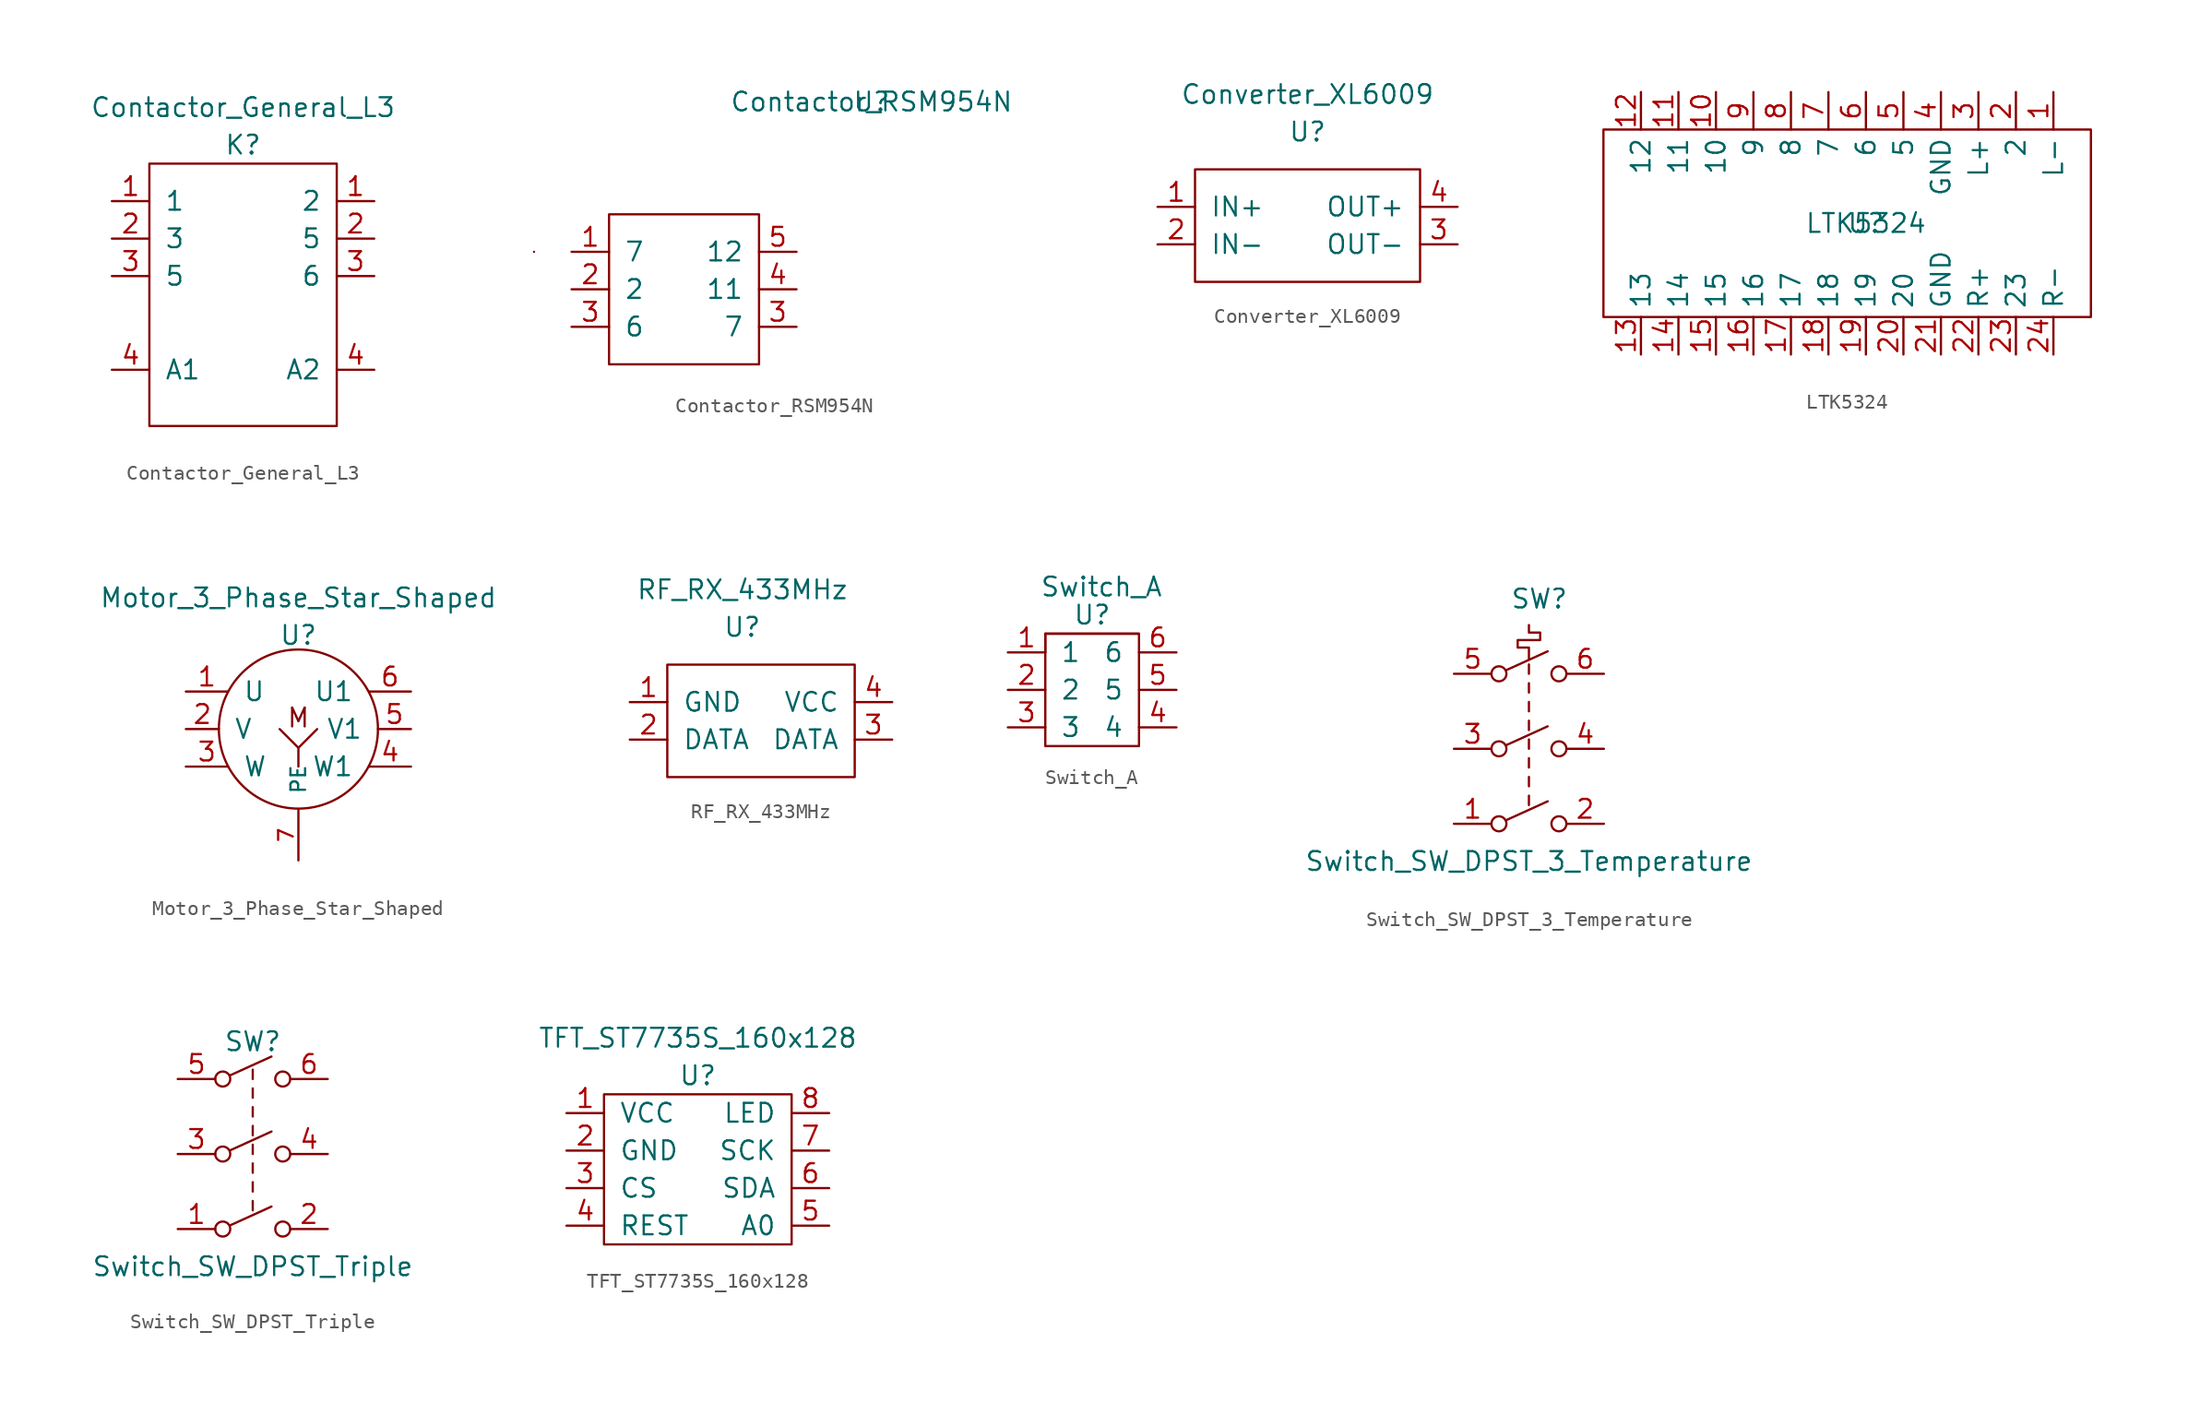
<source format=kicad_sym>
(kicad_symbol_lib
  (version 20211014)
  (generator kicad_symbol_editor)
  (symbol "Contactor_General_L3"
    (pin_names
      (offset 1.016))
    (property "Reference" "K"
      (at 0 10.16 0)
      (effects (font (size 1.27 1.27))))
    (property "Value" "Contactor_General_L3"
      (at 0 12.7 0)
      (effects (font (size 1.27 1.27))))
    (symbol "Contactor_General_L3_0_0"
      (rectangle (start -6.35 -8.89) (end 6.35 8.89) (stroke (width 0) (type default) (color 0 0 0 0)) (fill (type none))))
    (symbol "Contactor_General_L3_1_1"
      (pin bidirectional line (at -8.89 6.35 0) (length 2.54) (name "1" (effects (font (size 1.27 1.27)))) (number "1" (effects (font (size 1.27 1.27)))))
      (pin bidirectional line (at 8.89 6.35 180) (length 2.54) (name "2" (effects (font (size 1.27 1.27)))) (number "1" (effects (font (size 1.27 1.27)))))
      (pin bidirectional line (at -8.89 3.81 0) (length 2.54) (name "3" (effects (font (size 1.27 1.27)))) (number "2" (effects (font (size 1.27 1.27)))))
      (pin bidirectional line (at 8.89 3.81 180) (length 2.54) (name "5" (effects (font (size 1.27 1.27)))) (number "2" (effects (font (size 1.27 1.27)))))
      (pin bidirectional line (at -8.89 1.27 0) (length 2.54) (name "5" (effects (font (size 1.27 1.27)))) (number "3" (effects (font (size 1.27 1.27)))))
      (pin bidirectional line (at 8.89 1.27 180) (length 2.54) (name "6" (effects (font (size 1.27 1.27)))) (number "3" (effects (font (size 1.27 1.27)))))
      (pin bidirectional line (at -8.89 -5.08 0) (length 2.54) (name "A1" (effects (font (size 1.27 1.27)))) (number "4" (effects (font (size 1.27 1.27)))))
      (pin bidirectional line (at 8.89 -5.08 180) (length 2.54) (name "A2" (effects (font (size 1.27 1.27)))) (number "4" (effects (font (size 1.27 1.27)))))))
  (symbol "Contactor_RSM954N"
    (pin_names
      (offset 1.016))
    (property "Reference" "U"
      (at 12.7 12.7 0)
      (effects (font (size 1.27 1.27))))
    (property "Value" "Contactor_RSM954N"
      (at 12.7 12.7 0)
      (effects (font (size 1.27 1.27))))
    (symbol "Contactor_RSM954N_0_1"
      (rectangle (start -10.16 2.54) (end -10.16 2.54) (stroke (width 0) (type default) (color 0 0 0 0)) (fill (type none)))
      (rectangle (start -5.08 5.08) (end 5.08 -5.08) (stroke (width 0) (type default) (color 0 0 0 0)) (fill (type none))))
    (symbol "Contactor_RSM954N_1_1"
      (pin input line (at -7.62 2.54 0) (length 2.54) (name "7" (effects (font (size 1.27 1.27)))) (number "1" (effects (font (size 1.27 1.27)))))
      (pin input line (at -7.62 0 0) (length 2.54) (name "2" (effects (font (size 1.27 1.27)))) (number "2" (effects (font (size 1.27 1.27)))))
      (pin input line (at -7.62 -2.54 0) (length 2.54) (name "6" (effects (font (size 1.27 1.27)))) (number "3" (effects (font (size 1.27 1.27)))))
      (pin input line (at 7.62 -2.54 180) (length 2.54) (name "7" (effects (font (size 1.27 1.27)))) (number "3" (effects (font (size 1.27 1.27)))))
      (pin input line (at 7.62 0 180) (length 2.54) (name "11" (effects (font (size 1.27 1.27)))) (number "4" (effects (font (size 1.27 1.27)))))
      (pin input line (at 7.62 2.54 180) (length 2.54) (name "12" (effects (font (size 1.27 1.27)))) (number "5" (effects (font (size 1.27 1.27)))))))
  (symbol "Converter_XL6009"
    (pin_names
      (offset 1.016))
    (property "Reference" "U"
      (at 0 7.62 0)
      (effects (font (size 1.27 1.27))))
    (property "Value" "Converter_XL6009"
      (at 0 10.16 0)
      (effects (font (size 1.27 1.27))))
    (symbol "Converter_XL6009_0_1"
      (rectangle (start -7.62 5.08) (end 7.62 -2.54) (stroke (width 0) (type default) (color 0 0 0 0)) (fill (type none))))
    (symbol "Converter_XL6009_1_1"
      (pin input line (at -10.16 2.54 0) (length 2.54) (name "IN+" (effects (font (size 1.27 1.27)))) (number "1" (effects (font (size 1.27 1.27)))))
      (pin input line (at -10.16 0 0) (length 2.54) (name "IN-" (effects (font (size 1.27 1.27)))) (number "2" (effects (font (size 1.27 1.27)))))
      (pin input line (at 10.16 0 180) (length 2.54) (name "OUT-" (effects (font (size 1.27 1.27)))) (number "3" (effects (font (size 1.27 1.27)))))
      (pin input line (at 10.16 2.54 180) (length 2.54) (name "OUT+" (effects (font (size 1.27 1.27)))) (number "4" (effects (font (size 1.27 1.27)))))))
  (symbol "LTK5324"
    (property "Reference" "U"
      (at 2.54 0 0)
      (effects (font (size 1.27 1.27))))
    (property "Value" "LTK5324"
      (at 2.54 0 0)
      (effects (font (size 1.27 1.27))))
    (symbol "LTK5324_0_1"
      (polyline (pts (xy -15.24 6.35) (xy -15.24 -6.35) (xy 17.78 -6.35) (xy 17.78 6.35) (xy -15.24 6.35)) (stroke (width 0.152) (type default) (color 0 0 0 0)) (fill (type none))))
    (symbol "LTK5324_1_1"
      (pin input line (at 15.24 8.89 270) (length 2.54) (name "L-" (effects (font (size 1.27 1.27)))) (number "1" (effects (font (size 1.27 1.27)))))
      (pin input line (at -7.62 8.89 270) (length 2.54) (name "10" (effects (font (size 1.27 1.27)))) (number "10" (effects (font (size 1.27 1.27)))))
      (pin input line (at -10.16 8.89 270) (length 2.54) (name "11" (effects (font (size 1.27 1.27)))) (number "11" (effects (font (size 1.27 1.27)))))
      (pin input line (at -12.7 8.89 270) (length 2.54) (name "12" (effects (font (size 1.27 1.27)))) (number "12" (effects (font (size 1.27 1.27)))))
      (pin input line (at -12.7 -8.89 90) (length 2.54) (name "13" (effects (font (size 1.27 1.27)))) (number "13" (effects (font (size 1.27 1.27)))))
      (pin input line (at -10.16 -8.89 90) (length 2.54) (name "14" (effects (font (size 1.27 1.27)))) (number "14" (effects (font (size 1.27 1.27)))))
      (pin input line (at -7.62 -8.89 90) (length 2.54) (name "15" (effects (font (size 1.27 1.27)))) (number "15" (effects (font (size 1.27 1.27)))))
      (pin input line (at -5.08 -8.89 90) (length 2.54) (name "16" (effects (font (size 1.27 1.27)))) (number "16" (effects (font (size 1.27 1.27)))))
      (pin input line (at -2.54 -8.89 90) (length 2.54) (name "17" (effects (font (size 1.27 1.27)))) (number "17" (effects (font (size 1.27 1.27)))))
      (pin input line (at 0 -8.89 90) (length 2.54) (name "18" (effects (font (size 1.27 1.27)))) (number "18" (effects (font (size 1.27 1.27)))))
      (pin input line (at 2.54 -8.89 90) (length 2.54) (name "19" (effects (font (size 1.27 1.27)))) (number "19" (effects (font (size 1.27 1.27)))))
      (pin input line (at 12.7 8.89 270) (length 2.54) (name "2" (effects (font (size 1.27 1.27)))) (number "2" (effects (font (size 1.27 1.27)))))
      (pin input line (at 5.08 -8.89 90) (length 2.54) (name "20" (effects (font (size 1.27 1.27)))) (number "20" (effects (font (size 1.27 1.27)))))
      (pin input line (at 7.62 -8.89 90) (length 2.54) (name "GND" (effects (font (size 1.27 1.27)))) (number "21" (effects (font (size 1.27 1.27)))))
      (pin input line (at 10.16 -8.89 90) (length 2.54) (name "R+" (effects (font (size 1.27 1.27)))) (number "22" (effects (font (size 1.27 1.27)))))
      (pin input line (at 12.7 -8.89 90) (length 2.54) (name "23" (effects (font (size 1.27 1.27)))) (number "23" (effects (font (size 1.27 1.27)))))
      (pin input line (at 15.24 -8.89 90) (length 2.54) (name "R-" (effects (font (size 1.27 1.27)))) (number "24" (effects (font (size 1.27 1.27)))))
      (pin input line (at 10.16 8.89 270) (length 2.54) (name "L+" (effects (font (size 1.27 1.27)))) (number "3" (effects (font (size 1.27 1.27)))))
      (pin input line (at 7.62 8.89 270) (length 2.54) (name "GND" (effects (font (size 1.27 1.27)))) (number "4" (effects (font (size 1.27 1.27)))))
      (pin input line (at 5.08 8.89 270) (length 2.54) (name "5" (effects (font (size 1.27 1.27)))) (number "5" (effects (font (size 1.27 1.27)))))
      (pin input line (at 2.54 8.89 270) (length 2.54) (name "6" (effects (font (size 1.27 1.27)))) (number "6" (effects (font (size 1.27 1.27)))))
      (pin input line (at 0 8.89 270) (length 2.54) (name "7" (effects (font (size 1.27 1.27)))) (number "7" (effects (font (size 1.27 1.27)))))
      (pin input line (at -2.54 8.89 270) (length 2.54) (name "8" (effects (font (size 1.27 1.27)))) (number "8" (effects (font (size 1.27 1.27)))))
      (pin input line (at -5.08 8.89 270) (length 2.54) (name "9" (effects (font (size 1.27 1.27)))) (number "9" (effects (font (size 1.27 1.27)))))))
  (symbol "Motor_3_Phase_Star_Shaped"
    (pin_names
      (offset 1.016))
    (property "Reference" "U"
      (at 0 6.35 0)
      (effects (font (size 1.27 1.27))))
    (property "Value" "Motor_3_Phase_Star_Shaped"
      (at 0 8.89 0)
      (effects (font (size 1.27 1.27))))
    (symbol "Motor_3_Phase_Star_Shaped_0_0"
      (circle (center 0 0) (radius 5.385) (stroke (width 0) (type default) (color 0 0 0 0)) (fill (type none)))
      (text "M" (at 0 0.762 0) (effects (font (size 1.27 1.27))))
      (text "~" (at 1.016 0.762 0) (effects (font (size 1.27 1.27)))))
    (symbol "Motor_3_Phase_Star_Shaped_0_1"
      (polyline (pts (xy -1.27 0) (xy 0 -1.27) (xy 1.27 0) (xy 0 -1.27) (xy 0 -2.54)) (stroke (width 0) (type default) (color 0 0 0 0)) (fill (type none))))
    (symbol "Motor_3_Phase_Star_Shaped_1_1"
      (pin input line (at -7.62 2.54 0) (length 2.845) (name "U" (effects (font (size 1.27 1.27)))) (number "1" (effects (font (size 1.27 1.27)))))
      (pin input line (at -7.62 0 0) (length 2.235) (name "V" (effects (font (size 1.27 1.27)))) (number "2" (effects (font (size 1.27 1.27)))))
      (pin input line (at -7.62 -2.54 0) (length 2.845) (name "W" (effects (font (size 1.27 1.27)))) (number "3" (effects (font (size 1.27 1.27)))))
      (pin output line (at 7.62 -2.54 180) (length 2.845) (name "W1" (effects (font (size 1.27 1.27)))) (number "4" (effects (font (size 1.27 1.27)))))
      (pin input line (at 7.62 0 180) (length 2.235) (name "V1" (effects (font (size 1.27 1.27)))) (number "5" (effects (font (size 1.27 1.27)))))
      (pin output line (at 7.62 2.54 180) (length 2.845) (name "U1" (effects (font (size 1.27 1.27)))) (number "6" (effects (font (size 1.27 1.27)))))
      (pin bidirectional line (at 0 -8.89 90) (length 3.429) (name "PE" (effects (font (size 0.991 0.991)))) (number "7" (effects (font (size 0.991 0.991)))))))
  (symbol "RF_RX_433MHz"
    (pin_names
      (offset 1.016))
    (property "Reference" "U"
      (at 0 5.08 0)
      (effects (font (size 1.27 1.27))))
    (property "Value" "RF_RX_433MHz"
      (at 0 7.62 0)
      (effects (font (size 1.27 1.27))))
    (symbol "RF_RX_433MHz_0_1"
      (rectangle (start -5.08 2.54) (end 7.62 -5.08) (stroke (width 0) (type default) (color 0 0 0 0)) (fill (type none))))
    (symbol "RF_RX_433MHz_1_1"
      (pin input line (at -7.62 0 0) (length 2.54) (name "GND" (effects (font (size 1.27 1.27)))) (number "1" (effects (font (size 1.27 1.27)))))
      (pin input line (at -7.62 -2.54 0) (length 2.54) (name "DATA" (effects (font (size 1.27 1.27)))) (number "2" (effects (font (size 1.27 1.27)))))
      (pin input line (at 10.16 -2.54 180) (length 2.54) (name "DATA" (effects (font (size 1.27 1.27)))) (number "3" (effects (font (size 1.27 1.27)))))
      (pin input line (at 10.16 0 180) (length 2.54) (name "VCC" (effects (font (size 1.27 1.27)))) (number "4" (effects (font (size 1.27 1.27)))))))
  (symbol "Switch_A"
    (pin_names
      (offset 1.016))
    (property "Reference" "U"
      (at 0 2.54 0)
      (effects (font (size 1.27 1.27))))
    (property "Value" "Switch_A"
      (at 0.635 4.445 0)
      (effects (font (size 1.27 1.27))))
    (symbol "Switch_A_0_1"
      (rectangle (start -3.175 0) (end -3.175 1.27) (stroke (width 0) (type default) (color 0 0 0 0)) (fill (type none)))
      (rectangle (start -3.175 1.27) (end 3.175 1.27) (stroke (width 0) (type default) (color 0 0 0 0)) (fill (type none)))
      (rectangle (start 3.175 1.27) (end -3.175 -6.35) (stroke (width 0) (type default) (color 0 0 0 0)) (fill (type none))))
    (symbol "Switch_A_1_1"
      (pin input line (at -5.715 0 0) (length 2.54) (name "1" (effects (font (size 1.27 1.27)))) (number "1" (effects (font (size 1.27 1.27)))))
      (pin input line (at -5.715 -2.54 0) (length 2.54) (name "2" (effects (font (size 1.27 1.27)))) (number "2" (effects (font (size 1.27 1.27)))))
      (pin input line (at -5.715 -5.08 0) (length 2.54) (name "3" (effects (font (size 1.27 1.27)))) (number "3" (effects (font (size 1.27 1.27)))))
      (pin input line (at 5.715 -5.08 180) (length 2.54) (name "4" (effects (font (size 1.27 1.27)))) (number "4" (effects (font (size 1.27 1.27)))))
      (pin input line (at 5.715 -2.54 180) (length 2.54) (name "5" (effects (font (size 1.27 1.27)))) (number "5" (effects (font (size 1.27 1.27)))))
      (pin input line (at 5.715 0 180) (length 2.54) (name "6" (effects (font (size 1.27 1.27)))) (number "6" (effects (font (size 1.27 1.27)))))))
  (symbol "Switch_SW_DPST_3_Temperature"
    (pin_names
      (offset 0) hide)
    (property "Reference" "SW"
      (at -1.27 12.7 0)
      (effects (font (size 1.27 1.27)) (justify left)))
    (property "Value" "Switch_SW_DPST_3_Temperature"
      (at 0 -5.08 0)
      (effects (font (size 1.27 1.27))))
    (symbol "Switch_SW_DPST_3_Temperature_0_0"
      (circle (center -2.032 -2.54) (radius 0.508) (stroke (width 0) (type default) (color 0 0 0 0)) (fill (type none)))
      (circle (center -2.032 2.54) (radius 0.508) (stroke (width 0) (type default) (color 0 0 0 0)) (fill (type none)))
      (polyline (pts (xy -1.524 -2.286) (xy 1.27 -1.016)) (stroke (width 0) (type default) (color 0 0 0 0)) (fill (type none)))
      (polyline (pts (xy -1.524 2.794) (xy 1.27 4.064)) (stroke (width 0) (type default) (color 0 0 0 0)) (fill (type none)))
      (polyline (pts (xy 0 -1.27) (xy 0 -0.635)) (stroke (width 0) (type default) (color 0 0 0 0)) (fill (type none)))
      (polyline (pts (xy 0 0) (xy 0 0.635)) (stroke (width 0) (type default) (color 0 0 0 0)) (fill (type none)))
      (polyline (pts (xy 0 1.27) (xy 0 1.905)) (stroke (width 0) (type default) (color 0 0 0 0)) (fill (type none)))
      (polyline (pts (xy 0 2.54) (xy 0 3.175)) (stroke (width 0) (type default) (color 0 0 0 0)) (fill (type none)))
      (polyline (pts (xy 0 8.636) (xy 0 9.398) (xy -0.762 9.398) (xy -0.762 9.906) (xy 0.762 9.906) (xy 0.762 10.414) (xy 0 10.414) (xy 0 10.922)) (stroke (width 0) (type default) (color 0 0 0 0)) (fill (type none)))
      (circle (center 2.032 -2.54) (radius 0.508) (stroke (width 0) (type default) (color 0 0 0 0)) (fill (type none)))
      (circle (center 2.032 2.54) (radius 0.508) (stroke (width 0) (type default) (color 0 0 0 0)) (fill (type none))))
    (symbol "Switch_SW_DPST_3_Temperature_1_1"
      (circle (center -2.032 7.62) (radius 0.508) (stroke (width 0) (type default) (color 0 0 0 0)) (fill (type none)))
      (polyline (pts (xy -1.524 7.874) (xy 1.27 9.144)) (stroke (width 0) (type default) (color 0 0 0 0)) (fill (type none)))
      (polyline (pts (xy 0 3.81) (xy 0 4.445)) (stroke (width 0) (type default) (color 0 0 0 0)) (fill (type none)))
      (polyline (pts (xy 0 5.08) (xy 0 5.715)) (stroke (width 0) (type default) (color 0 0 0 0)) (fill (type none)))
      (polyline (pts (xy 0 6.35) (xy 0 6.985)) (stroke (width 0) (type default) (color 0 0 0 0)) (fill (type none)))
      (polyline (pts (xy 0 7.62) (xy 0 8.255)) (stroke (width 0) (type default) (color 0 0 0 0)) (fill (type none)))
      (circle (center 2.032 7.62) (radius 0.508) (stroke (width 0) (type default) (color 0 0 0 0)) (fill (type none)))
      (pin passive line (at -5.08 -2.54 0) (length 2.54) (name "1" (effects (font (size 1.27 1.27)))) (number "1" (effects (font (size 1.27 1.27)))))
      (pin passive line (at 5.08 -2.54 180) (length 2.54) (name "2" (effects (font (size 1.27 1.27)))) (number "2" (effects (font (size 1.27 1.27)))))
      (pin passive line (at -5.08 2.54 0) (length 2.54) (name "3" (effects (font (size 1.27 1.27)))) (number "3" (effects (font (size 1.27 1.27)))))
      (pin passive line (at 5.08 2.54 180) (length 2.54) (name "4" (effects (font (size 1.27 1.27)))) (number "4" (effects (font (size 1.27 1.27)))))
      (pin passive line (at -5.08 7.62 0) (length 2.54) (name "5" (effects (font (size 1.27 1.27)))) (number "5" (effects (font (size 1.27 1.27)))))
      (pin passive line (at 5.08 7.62 180) (length 2.54) (name "6" (effects (font (size 1.27 1.27)))) (number "6" (effects (font (size 1.27 1.27)))))))
  (symbol "Switch_SW_DPST_Triple"
    (pin_names
      (offset 0) hide)
    (property "Reference" "SW"
      (at 0 10.16 0)
      (effects (font (size 1.27 1.27))))
    (property "Value" "Switch_SW_DPST_Triple"
      (at 0 -5.08 0)
      (effects (font (size 1.27 1.27))))
    (symbol "Switch_SW_DPST_Triple_0_0"
      (circle (center -2.032 -2.54) (radius 0.508) (stroke (width 0) (type default) (color 0 0 0 0)) (fill (type none)))
      (circle (center -2.032 2.54) (radius 0.508) (stroke (width 0) (type default) (color 0 0 0 0)) (fill (type none)))
      (polyline (pts (xy -1.524 -2.286) (xy 1.27 -1.016)) (stroke (width 0) (type default) (color 0 0 0 0)) (fill (type none)))
      (polyline (pts (xy -1.524 2.794) (xy 1.27 4.064)) (stroke (width 0) (type default) (color 0 0 0 0)) (fill (type none)))
      (polyline (pts (xy 0 -1.27) (xy 0 -0.635)) (stroke (width 0) (type default) (color 0 0 0 0)) (fill (type none)))
      (polyline (pts (xy 0 0) (xy 0 0.635)) (stroke (width 0) (type default) (color 0 0 0 0)) (fill (type none)))
      (polyline (pts (xy 0 1.27) (xy 0 1.905)) (stroke (width 0) (type default) (color 0 0 0 0)) (fill (type none)))
      (polyline (pts (xy 0 2.54) (xy 0 3.175)) (stroke (width 0) (type default) (color 0 0 0 0)) (fill (type none)))
      (circle (center 2.032 -2.54) (radius 0.508) (stroke (width 0) (type default) (color 0 0 0 0)) (fill (type none)))
      (circle (center 2.032 2.54) (radius 0.508) (stroke (width 0) (type default) (color 0 0 0 0)) (fill (type none))))
    (symbol "Switch_SW_DPST_Triple_1_1"
      (circle (center -2.032 7.62) (radius 0.508) (stroke (width 0) (type default) (color 0 0 0 0)) (fill (type none)))
      (polyline (pts (xy -1.524 7.874) (xy 1.27 9.144)) (stroke (width 0) (type default) (color 0 0 0 0)) (fill (type none)))
      (polyline (pts (xy 0 3.81) (xy 0 4.445)) (stroke (width 0) (type default) (color 0 0 0 0)) (fill (type none)))
      (polyline (pts (xy 0 5.08) (xy 0 5.715)) (stroke (width 0) (type default) (color 0 0 0 0)) (fill (type none)))
      (polyline (pts (xy 0 6.35) (xy 0 6.985)) (stroke (width 0) (type default) (color 0 0 0 0)) (fill (type none)))
      (polyline (pts (xy 0 7.62) (xy 0 8.255)) (stroke (width 0) (type default) (color 0 0 0 0)) (fill (type none)))
      (circle (center 2.032 7.62) (radius 0.508) (stroke (width 0) (type default) (color 0 0 0 0)) (fill (type none)))
      (pin passive line (at -5.08 -2.54 0) (length 2.54) (name "1" (effects (font (size 1.27 1.27)))) (number "1" (effects (font (size 1.27 1.27)))))
      (pin passive line (at 5.08 -2.54 180) (length 2.54) (name "2" (effects (font (size 1.27 1.27)))) (number "2" (effects (font (size 1.27 1.27)))))
      (pin passive line (at -5.08 2.54 0) (length 2.54) (name "3" (effects (font (size 1.27 1.27)))) (number "3" (effects (font (size 1.27 1.27)))))
      (pin passive line (at 5.08 2.54 180) (length 2.54) (name "4" (effects (font (size 1.27 1.27)))) (number "4" (effects (font (size 1.27 1.27)))))
      (pin passive line (at -5.08 7.62 0) (length 2.54) (name "5" (effects (font (size 1.27 1.27)))) (number "5" (effects (font (size 1.27 1.27)))))
      (pin passive line (at 5.08 7.62 180) (length 2.54) (name "6" (effects (font (size 1.27 1.27)))) (number "6" (effects (font (size 1.27 1.27)))))))
  (symbol "TFT_ST7735S_160x128"
    (pin_names
      (offset 1.016))
    (property "Reference" "U"
      (at 0 1.27 0)
      (effects (font (size 1.27 1.27))))
    (property "Value" "TFT_ST7735S_160x128"
      (at 0 3.81 0)
      (effects (font (size 1.27 1.27))))
    (symbol "TFT_ST7735S_160x128_0_1"
      (rectangle (start -6.35 0) (end 6.35 -10.16) (stroke (width 0) (type default) (color 0 0 0 0)) (fill (type none))))
    (symbol "TFT_ST7735S_160x128_1_1"
      (pin input line (at -8.89 -1.27 0) (length 2.54) (name "VCC" (effects (font (size 1.27 1.27)))) (number "1" (effects (font (size 1.27 1.27)))))
      (pin input line (at -8.89 -3.81 0) (length 2.54) (name "GND" (effects (font (size 1.27 1.27)))) (number "2" (effects (font (size 1.27 1.27)))))
      (pin input line (at -8.89 -6.35 0) (length 2.54) (name "CS" (effects (font (size 1.27 1.27)))) (number "3" (effects (font (size 1.27 1.27)))))
      (pin input line (at -8.89 -8.89 0) (length 2.54) (name "REST" (effects (font (size 1.27 1.27)))) (number "4" (effects (font (size 1.27 1.27)))))
      (pin input line (at 8.89 -8.89 180) (length 2.54) (name "A0" (effects (font (size 1.27 1.27)))) (number "5" (effects (font (size 1.27 1.27)))))
      (pin input line (at 8.89 -6.35 180) (length 2.54) (name "SDA" (effects (font (size 1.27 1.27)))) (number "6" (effects (font (size 1.27 1.27)))))
      (pin input line (at 8.89 -3.81 180) (length 2.54) (name "SCK" (effects (font (size 1.27 1.27)))) (number "7" (effects (font (size 1.27 1.27)))))
      (pin input line (at 8.89 -1.27 180) (length 2.54) (name "LED" (effects (font (size 1.27 1.27)))) (number "8" (effects (font (size 1.27 1.27))))))))
</source>
